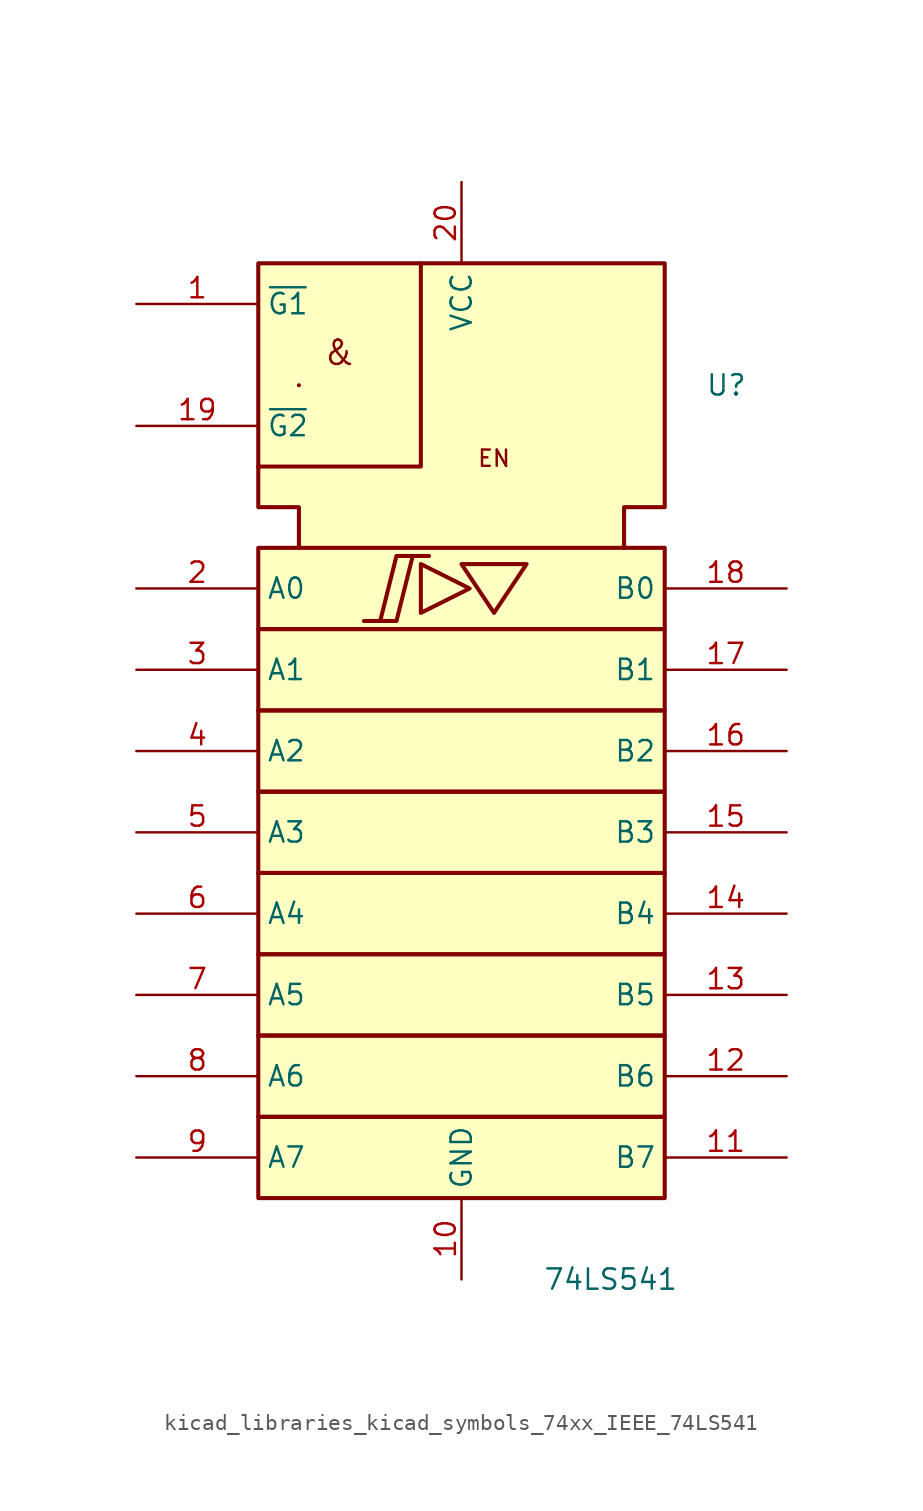
<source format=kicad_sym>
(kicad_symbol_lib
  (version 20220914)
  (generator kicad_symbol_editor)
  (symbol "kicad_libraries_kicad_symbols_74xx_IEEE_74LS541"
    (property "Reference" "U"
      (at 15.24 25.4 0)
      (effects (font (size 1.27 1.27)) (justify left)))
    (property "Value" "74LS541"
      (at 5.08 -30.48 0)
      (effects (font (size 1.27 1.27)) (justify left)))
    (symbol "kicad_libraries_kicad_symbols_74xx_IEEE_74LS541_0_0"
      (polyline (pts (xy -10.16 25.4) (xy -10.16 25.4) (xy -10.16 25.4)) (stroke (width 0.254) (type default)) (fill (type background)))
      (polyline (pts (xy -2.54 33.02) (xy -2.54 20.32) (xy -12.7 20.32) (xy -12.7 20.32)) (stroke (width 0.254) (type default)) (fill (type background)))
      (polyline (pts (xy -2.54 14.224) (xy -2.54 11.176) (xy 0.508 12.7) (xy -2.54 14.224) (xy -2.54 14.224)) (stroke (width 0.254) (type default)) (fill (type background)))
      (polyline (pts (xy 0 14.224) (xy 4.064 14.224) (xy 2.032 11.176) (xy 0 14.224) (xy 0 14.224)) (stroke (width 0.254) (type default)) (fill (type background)))
      (polyline (pts (xy -6.096 10.668) (xy -4.064 10.668) (xy -3.048 14.732) (xy -2.032 14.732) (xy -4.064 14.732) (xy -5.08 10.668) (xy -5.08 10.668)) (stroke (width 0.254) (type default)) (fill (type background)))
      (text "&" (at -7.62 27.432 0) (effects (font (size 1.524 1.524))))
      (text "EN" (at 2.032 20.828 0) (effects (font (size 1.016 1.016))))
      (pin power_in line (at 0 -30.48 90) (length 5.08) (name "GND" (effects (font (size 1.27 1.27)))) (number "10" (effects (font (size 1.27 1.27)))))
      (pin power_in line (at 0 38.1 270) (length 5.08) (name "VCC" (effects (font (size 1.27 1.27)))) (number "20" (effects (font (size 1.27 1.27))))))
    (symbol "kicad_libraries_kicad_symbols_74xx_IEEE_74LS541_0_1"
      (rectangle (start -12.7 -20.32) (end 12.7 -25.4) (stroke (width 0.254) (type default)) (fill (type background)))
      (rectangle (start -12.7 -15.24) (end 12.7 -20.32) (stroke (width 0.254) (type default)) (fill (type background)))
      (rectangle (start -12.7 -10.16) (end 12.7 -15.24) (stroke (width 0.254) (type default)) (fill (type background)))
      (rectangle (start -12.7 -5.08) (end 12.7 -10.16) (stroke (width 0.254) (type default)) (fill (type background)))
      (rectangle (start -12.7 0) (end 12.7 -5.08) (stroke (width 0.254) (type default)) (fill (type background)))
      (rectangle (start -12.7 5.08) (end 12.7 0) (stroke (width 0.254) (type default)) (fill (type background)))
      (rectangle (start -12.7 10.16) (end 12.7 5.08) (stroke (width 0.254) (type default)) (fill (type background)))
      (rectangle (start -12.7 15.24) (end 12.7 10.16) (stroke (width 0.254) (type default)) (fill (type background)))
      (polyline (pts (xy -10.16 15.24) (xy -10.16 17.78) (xy -12.7 17.78) (xy -12.7 33.02) (xy 12.7 33.02) (xy 12.7 17.78) (xy 10.16 17.78) (xy 10.16 15.24) (xy 10.16 15.24)) (stroke (width 0.254) (type default)) (fill (type background))))
    (symbol "kicad_libraries_kicad_symbols_74xx_IEEE_74LS541_1_1"
      (pin input line (at -20.32 30.48 0) (length 7.62) (name "~{G1}" (effects (font (size 1.27 1.27)))) (number "1" (effects (font (size 1.27 1.27)))))
      (pin tri_state line (at 20.32 -22.86 180) (length 7.62) (name "B7" (effects (font (size 1.27 1.27)))) (number "11" (effects (font (size 1.27 1.27)))))
      (pin tri_state line (at 20.32 -17.78 180) (length 7.62) (name "B6" (effects (font (size 1.27 1.27)))) (number "12" (effects (font (size 1.27 1.27)))))
      (pin tri_state line (at 20.32 -12.7 180) (length 7.62) (name "B5" (effects (font (size 1.27 1.27)))) (number "13" (effects (font (size 1.27 1.27)))))
      (pin tri_state line (at 20.32 -7.62 180) (length 7.62) (name "B4" (effects (font (size 1.27 1.27)))) (number "14" (effects (font (size 1.27 1.27)))))
      (pin tri_state line (at 20.32 -2.54 180) (length 7.62) (name "B3" (effects (font (size 1.27 1.27)))) (number "15" (effects (font (size 1.27 1.27)))))
      (pin tri_state line (at 20.32 2.54 180) (length 7.62) (name "B2" (effects (font (size 1.27 1.27)))) (number "16" (effects (font (size 1.27 1.27)))))
      (pin tri_state line (at 20.32 7.62 180) (length 7.62) (name "B1" (effects (font (size 1.27 1.27)))) (number "17" (effects (font (size 1.27 1.27)))))
      (pin tri_state line (at 20.32 12.7 180) (length 7.62) (name "B0" (effects (font (size 1.27 1.27)))) (number "18" (effects (font (size 1.27 1.27)))))
      (pin input line (at -20.32 22.86 0) (length 7.62) (name "~{G2}" (effects (font (size 1.27 1.27)))) (number "19" (effects (font (size 1.27 1.27)))))
      (pin input line (at -20.32 12.7 0) (length 7.62) (name "A0" (effects (font (size 1.27 1.27)))) (number "2" (effects (font (size 1.27 1.27)))))
      (pin input line (at -20.32 7.62 0) (length 7.62) (name "A1" (effects (font (size 1.27 1.27)))) (number "3" (effects (font (size 1.27 1.27)))))
      (pin input line (at -20.32 2.54 0) (length 7.62) (name "A2" (effects (font (size 1.27 1.27)))) (number "4" (effects (font (size 1.27 1.27)))))
      (pin input line (at -20.32 -2.54 0) (length 7.62) (name "A3" (effects (font (size 1.27 1.27)))) (number "5" (effects (font (size 1.27 1.27)))))
      (pin input line (at -20.32 -7.62 0) (length 7.62) (name "A4" (effects (font (size 1.27 1.27)))) (number "6" (effects (font (size 1.27 1.27)))))
      (pin input line (at -20.32 -12.7 0) (length 7.62) (name "A5" (effects (font (size 1.27 1.27)))) (number "7" (effects (font (size 1.27 1.27)))))
      (pin input line (at -20.32 -17.78 0) (length 7.62) (name "A6" (effects (font (size 1.27 1.27)))) (number "8" (effects (font (size 1.27 1.27)))))
      (pin input line (at -20.32 -22.86 0) (length 7.62) (name "A7" (effects (font (size 1.27 1.27)))) (number "9" (effects (font (size 1.27 1.27))))))))
</source>
